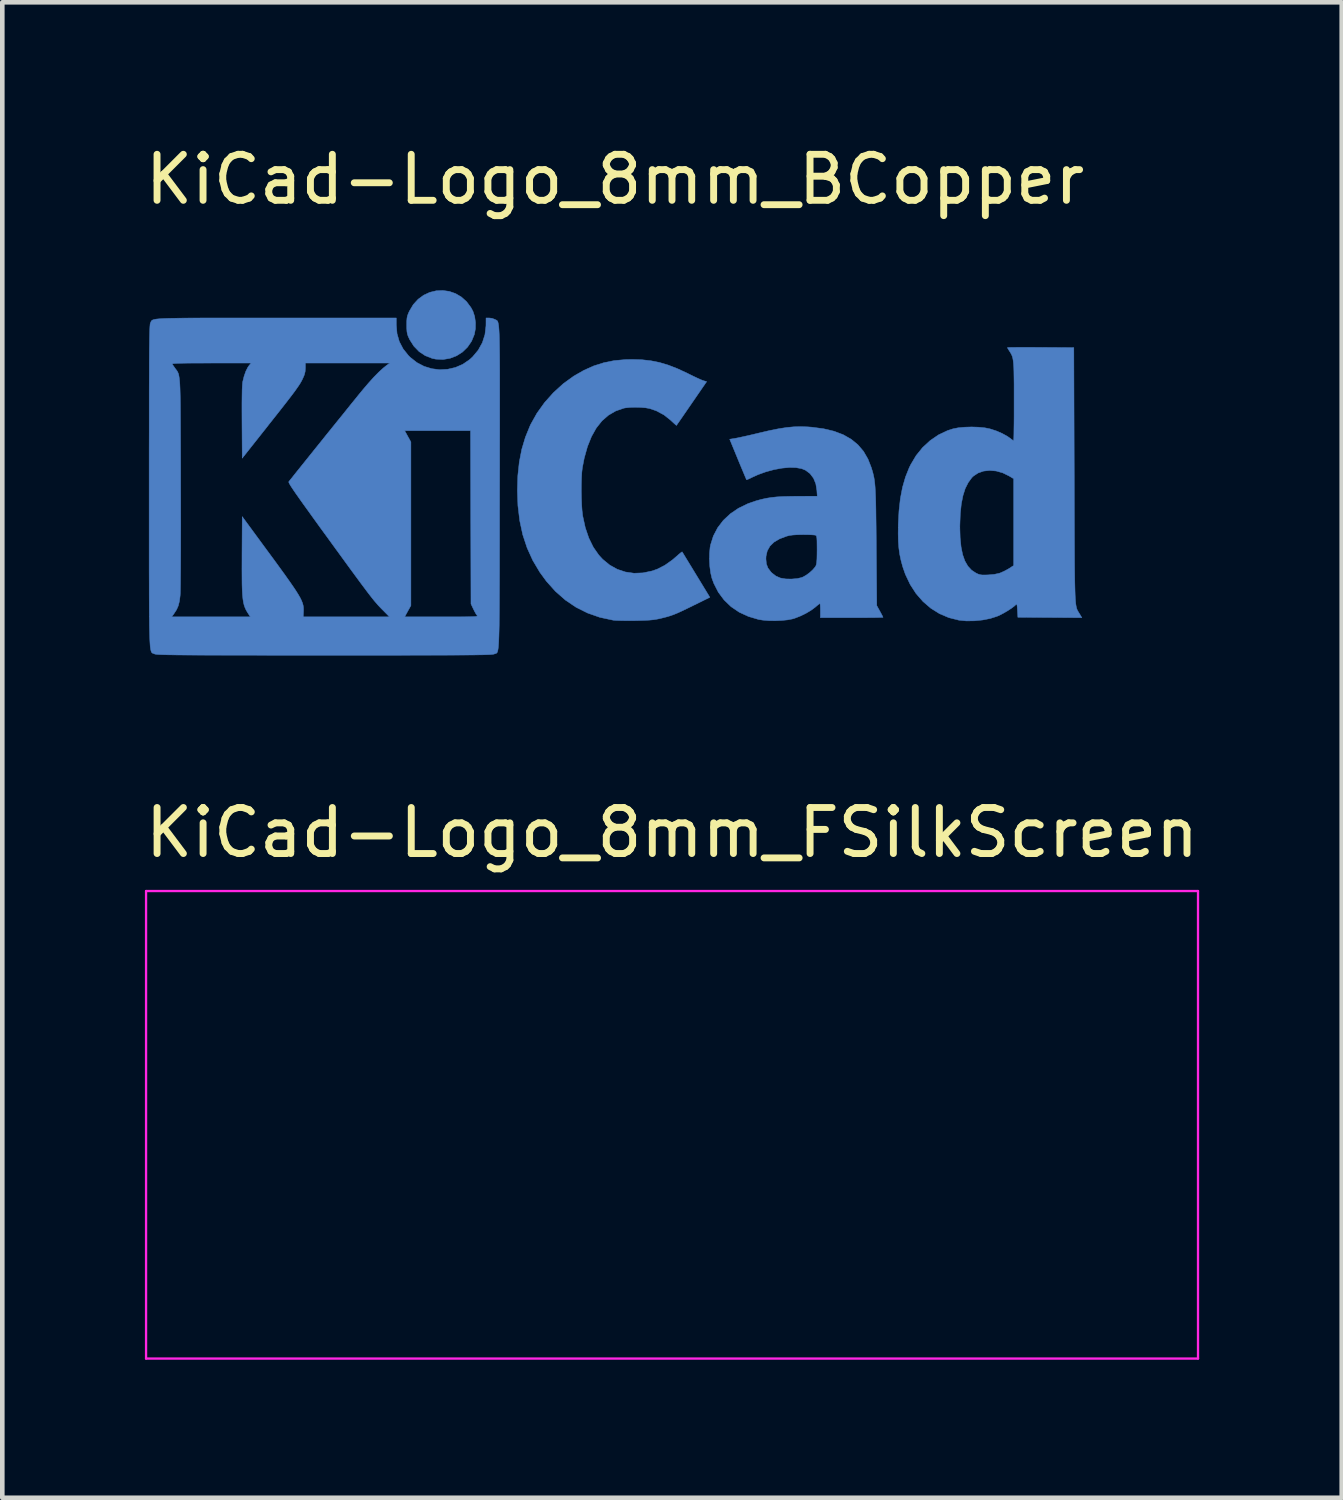
<source format=kicad_pcb>
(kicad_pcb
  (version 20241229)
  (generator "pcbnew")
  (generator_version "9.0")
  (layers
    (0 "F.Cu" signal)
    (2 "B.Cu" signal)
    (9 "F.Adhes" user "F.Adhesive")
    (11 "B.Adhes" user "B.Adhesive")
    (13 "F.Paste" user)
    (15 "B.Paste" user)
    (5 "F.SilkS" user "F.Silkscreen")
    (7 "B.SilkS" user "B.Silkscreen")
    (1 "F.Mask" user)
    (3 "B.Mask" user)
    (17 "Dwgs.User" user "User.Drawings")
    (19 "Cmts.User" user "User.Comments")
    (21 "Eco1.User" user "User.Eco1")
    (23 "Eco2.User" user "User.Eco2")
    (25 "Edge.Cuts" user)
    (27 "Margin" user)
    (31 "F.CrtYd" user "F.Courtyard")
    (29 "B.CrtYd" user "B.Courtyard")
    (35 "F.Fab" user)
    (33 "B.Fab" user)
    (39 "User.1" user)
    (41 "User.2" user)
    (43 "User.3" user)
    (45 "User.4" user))
  (footprint "KiCad-Logo_8mm_BCopper"
    (layer "F.Cu")
    (at 10.315 7.198)
    (property "Reference" "KiCad-Logo_8mm_BCopper" (at 0 -6.35 0) (layer "F.SilkS") (effects (font (size 1 1) (thickness 0.15))))
    (attr exclude_from_pos_files exclude_from_bom)
    (fp_poly (pts (xy -3.602 -3.916) (xy -3.466 -3.869) (xy -3.339 -3.794) (xy -3.226 -3.693) (xy -3.13 -3.564) (xy -3.087 -3.483) (xy -3.05 -3.37) (xy -3.032 -3.239) (xy -3.034 -3.105) (xy -3.056 -2.983) (xy -3.117 -2.834) (xy -3.205 -2.705) (xy -3.315 -2.598) (xy -3.444 -2.516) (xy -3.587 -2.461) (xy -3.739 -2.436) (xy -3.896 -2.444) (xy -3.973 -2.46) (xy -4.124 -2.519) (xy -4.258 -2.608) (xy -4.372 -2.726) (xy -4.463 -2.869) (xy -4.47 -2.885) (xy -4.497 -2.943) (xy -4.513 -2.993) (xy -4.522 -3.045) (xy -4.526 -3.111) (xy -4.527 -3.184) (xy -4.526 -3.271) (xy -4.521 -3.334) (xy -4.511 -3.385) (xy -4.492 -3.436) (xy -4.469 -3.487) (xy -4.384 -3.63) (xy -4.279 -3.745) (xy -4.158 -3.834) (xy -4.026 -3.895) (xy -3.886 -3.929) (xy -3.744 -3.936) (xy -3.602 -3.916)) (stroke (width 0.01) (type solid)) (fill yes) (layer "B.Cu"))
    (fp_poly (pts (xy 0.581 -2.431) (xy 0.777 -2.409) (xy 0.967 -2.371) (xy 1.158 -2.314) (xy 1.358 -2.236) (xy 1.576 -2.135) (xy 1.615 -2.115) (xy 1.705 -2.071) (xy 1.79 -2.031) (xy 1.861 -1.999) (xy 1.91 -1.979) (xy 1.918 -1.977) (xy 1.991 -1.955) (xy 1.665 -1.481) (xy 1.585 -1.365) (xy 1.512 -1.259) (xy 1.449 -1.167) (xy 1.397 -1.092) (xy 1.359 -1.038) (xy 1.339 -1.008) (xy 1.335 -1.003) (xy 1.322 -1.013) (xy 1.288 -1.043) (xy 1.24 -1.087) (xy 1.214 -1.112) (xy 1.065 -1.231) (xy 0.897 -1.321) (xy 0.753 -1.37) (xy 0.666 -1.386) (xy 0.558 -1.395) (xy 0.44 -1.398) (xy 0.326 -1.395) (xy 0.229 -1.385) (xy 0.19 -1.378) (xy 0.015 -1.317) (xy -0.143 -1.225) (xy -0.284 -1.102) (xy -0.407 -0.947) (xy -0.512 -0.76) (xy -0.599 -0.543) (xy -0.669 -0.294) (xy -0.71 -0.082) (xy -0.721 0.012) (xy -0.728 0.134) (xy -0.732 0.273) (xy -0.733 0.423) (xy -0.73 0.575) (xy -0.725 0.718) (xy -0.716 0.846) (xy -0.704 0.949) (xy -0.702 0.964) (xy -0.646 1.22) (xy -0.569 1.445) (xy -0.472 1.643) (xy -0.353 1.813) (xy -0.269 1.905) (xy -0.117 2.03) (xy 0.049 2.123) (xy 0.227 2.182) (xy 0.414 2.209) (xy 0.607 2.201) (xy 0.803 2.16) (xy 0.92 2.119) (xy 1.08 2.037) (xy 1.246 1.92) (xy 1.339 1.84) (xy 1.391 1.794) (xy 1.432 1.761) (xy 1.455 1.745) (xy 1.458 1.744) (xy 1.469 1.761) (xy 1.496 1.804) (xy 1.537 1.872) (xy 1.59 1.959) (xy 1.653 2.062) (xy 1.723 2.177) (xy 1.762 2.241) (xy 2.061 2.732) (xy 1.688 2.916) (xy 1.553 2.982) (xy 1.444 3.034) (xy 1.354 3.075) (xy 1.276 3.107) (xy 1.203 3.133) (xy 1.13 3.155) (xy 1.049 3.176) (xy 0.971 3.195) (xy 0.901 3.209) (xy 0.829 3.22) (xy 0.746 3.228) (xy 0.645 3.233) (xy 0.52 3.237) (xy 0.435 3.239) (xy 0.315 3.24) (xy 0.199 3.239) (xy 0.096 3.237) (xy 0.013 3.234) (xy -0.042 3.229) (xy -0.045 3.228) (xy -0.33 3.167) (xy -0.598 3.073) (xy -0.848 2.948) (xy -1.08 2.791) (xy -1.295 2.602) (xy -1.492 2.382) (xy -1.635 2.186) (xy -1.787 1.93) (xy -1.91 1.659) (xy -2.005 1.372) (xy -2.071 1.066) (xy -2.11 0.74) (xy -2.122 0.408) (xy -2.112 0.087) (xy -2.08 -0.209) (xy -2.026 -0.486) (xy -1.948 -0.747) (xy -1.845 -0.999) (xy -1.833 -1.025) (xy -1.697 -1.268) (xy -1.531 -1.5) (xy -1.338 -1.716) (xy -1.125 -1.91) (xy -0.894 -2.077) (xy -0.679 -2.2) (xy -0.462 -2.297) (xy -0.244 -2.366) (xy -0.018 -2.412) (xy 0.226 -2.434) (xy 0.372 -2.437) (xy 0.581 -2.431)) (stroke (width 0.01) (type solid)) (fill yes) (layer "B.Cu"))
    (fp_poly (pts (xy 9.042 -2.7) (xy 9.196 -2.699) (xy 9.248 -2.699) (xy 9.97 -2.694) (xy 9.979 0.073) (xy 9.98 0.448) (xy 9.981 0.788) (xy 9.982 1.096) (xy 9.983 1.373) (xy 9.984 1.621) (xy 9.985 1.841) (xy 9.986 2.036) (xy 9.988 2.206) (xy 9.99 2.354) (xy 9.993 2.482) (xy 9.996 2.592) (xy 9.999 2.684) (xy 10.003 2.761) (xy 10.008 2.825) (xy 10.013 2.877) (xy 10.02 2.92) (xy 10.027 2.954) (xy 10.035 2.982) (xy 10.044 3.005) (xy 10.055 3.026) (xy 10.066 3.045) (xy 10.079 3.066) (xy 10.093 3.089) (xy 10.096 3.093) (xy 10.144 3.175) (xy 8.754 3.166) (xy 8.745 3.013) (xy 8.74 2.94) (xy 8.735 2.898) (xy 8.728 2.881) (xy 8.717 2.884) (xy 8.709 2.894) (xy 8.67 2.929) (xy 8.608 2.975) (xy 8.531 3.025) (xy 8.447 3.074) (xy 8.365 3.117) (xy 8.302 3.145) (xy 8.155 3.192) (xy 7.986 3.225) (xy 7.808 3.243) (xy 7.633 3.245) (xy 7.474 3.229) (xy 7.472 3.229) (xy 7.254 3.174) (xy 7.05 3.087) (xy 6.863 2.97) (xy 6.693 2.824) (xy 6.542 2.651) (xy 6.414 2.453) (xy 6.309 2.232) (xy 6.252 2.068) (xy 6.215 1.931) (xy 6.187 1.799) (xy 6.168 1.663) (xy 6.157 1.514) (xy 6.153 1.347) (xy 6.155 1.209) (xy 7.493 1.209) (xy 7.5 1.439) (xy 7.52 1.637) (xy 7.554 1.805) (xy 7.603 1.943) (xy 7.668 2.055) (xy 7.748 2.142) (xy 7.842 2.204) (xy 7.89 2.227) (xy 7.932 2.24) (xy 7.979 2.247) (xy 8.042 2.247) (xy 8.11 2.245) (xy 8.243 2.233) (xy 8.349 2.21) (xy 8.382 2.198) (xy 8.458 2.164) (xy 8.538 2.121) (xy 8.572 2.1) (xy 8.663 2.041) (xy 8.663 0.155) (xy 8.563 0.095) (xy 8.424 0.027) (xy 8.282 -0.013) (xy 8.142 -0.025) (xy 8.009 -0.011) (xy 7.889 0.031) (xy 7.787 0.099) (xy 7.754 0.131) (xy 7.675 0.239) (xy 7.61 0.368) (xy 7.561 0.523) (xy 7.525 0.704) (xy 7.503 0.915) (xy 7.494 1.157) (xy 7.493 1.209) (xy 6.155 1.209) (xy 6.155 1.152) (xy 6.171 0.854) (xy 6.201 0.584) (xy 6.248 0.34) (xy 6.312 0.118) (xy 6.394 -0.087) (xy 6.424 -0.148) (xy 6.542 -0.347) (xy 6.684 -0.523) (xy 6.848 -0.674) (xy 7.029 -0.798) (xy 7.225 -0.891) (xy 7.343 -0.929) (xy 7.458 -0.952) (xy 7.597 -0.965) (xy 7.748 -0.97) (xy 7.898 -0.965) (xy 8.038 -0.951) (xy 8.15 -0.928) (xy 8.283 -0.885) (xy 8.412 -0.829) (xy 8.525 -0.767) (xy 8.585 -0.725) (xy 8.627 -0.693) (xy 8.656 -0.674) (xy 8.662 -0.671) (xy 8.664 -0.689) (xy 8.666 -0.739) (xy 8.668 -0.819) (xy 8.669 -0.924) (xy 8.671 -1.051) (xy 8.672 -1.197) (xy 8.672 -1.357) (xy 8.672 -1.521) (xy 8.672 -1.731) (xy 8.672 -1.908) (xy 8.67 -2.055) (xy 8.668 -2.176) (xy 8.665 -2.274) (xy 8.659 -2.353) (xy 8.652 -2.416) (xy 8.643 -2.467) (xy 8.631 -2.508) (xy 8.616 -2.543) (xy 8.598 -2.576) (xy 8.577 -2.61) (xy 8.574 -2.614) (xy 8.546 -2.658) (xy 8.529 -2.688) (xy 8.527 -2.694) (xy 8.545 -2.696) (xy 8.595 -2.698) (xy 8.673 -2.699) (xy 8.776 -2.7) (xy 8.9 -2.7) (xy 9.042 -2.7)) (stroke (width 0.01) (type solid)) (fill yes) (layer "B.Cu"))
    (fp_poly (pts (xy 4.186 -0.972) (xy 4.276 -0.965) (xy 4.533 -0.931) (xy 4.76 -0.877) (xy 4.96 -0.801) (xy 5.132 -0.703) (xy 5.278 -0.583) (xy 5.4 -0.44) (xy 5.497 -0.272) (xy 5.568 -0.091) (xy 5.586 -0.033) (xy 5.602 0.021) (xy 5.615 0.075) (xy 5.627 0.13) (xy 5.637 0.191) (xy 5.645 0.26) (xy 5.652 0.339) (xy 5.657 0.433) (xy 5.662 0.543) (xy 5.666 0.672) (xy 5.669 0.825) (xy 5.671 1.003) (xy 5.674 1.209) (xy 5.676 1.447) (xy 5.677 1.633) (xy 5.688 2.912) (xy 5.756 3.035) (xy 5.788 3.094) (xy 5.812 3.14) (xy 5.823 3.165) (xy 5.824 3.167) (xy 5.806 3.168) (xy 5.757 3.17) (xy 5.678 3.172) (xy 5.576 3.173) (xy 5.453 3.174) (xy 5.314 3.175) (xy 5.162 3.175) (xy 5.144 3.175) (xy 4.463 3.175) (xy 4.463 3.021) (xy 4.462 2.951) (xy 4.459 2.898) (xy 4.454 2.869) (xy 4.452 2.867) (xy 4.434 2.878) (xy 4.397 2.907) (xy 4.349 2.948) (xy 4.348 2.949) (xy 4.26 3.014) (xy 4.149 3.08) (xy 4.028 3.139) (xy 3.908 3.186) (xy 3.855 3.202) (xy 3.751 3.222) (xy 3.622 3.235) (xy 3.481 3.241) (xy 3.34 3.239) (xy 3.211 3.228) (xy 3.121 3.214) (xy 2.899 3.148) (xy 2.699 3.056) (xy 2.522 2.936) (xy 2.371 2.791) (xy 2.245 2.622) (xy 2.147 2.43) (xy 2.104 2.313) (xy 2.078 2.2) (xy 2.06 2.064) (xy 2.052 1.917) (xy 2.052 1.896) (xy 3.279 1.896) (xy 3.289 2.005) (xy 3.323 2.095) (xy 3.386 2.179) (xy 3.41 2.204) (xy 3.496 2.27) (xy 3.594 2.313) (xy 3.713 2.333) (xy 3.837 2.335) (xy 3.956 2.325) (xy 4.046 2.305) (xy 4.086 2.29) (xy 4.156 2.25) (xy 4.232 2.194) (xy 4.3 2.131) (xy 4.351 2.07) (xy 4.365 2.047) (xy 4.375 2.016) (xy 4.383 1.967) (xy 4.388 1.894) (xy 4.39 1.793) (xy 4.391 1.697) (xy 4.39 1.585) (xy 4.389 1.504) (xy 4.386 1.449) (xy 4.381 1.414) (xy 4.373 1.394) (xy 4.362 1.384) (xy 4.359 1.383) (xy 4.33 1.378) (xy 4.272 1.374) (xy 4.193 1.371) (xy 4.102 1.37) (xy 4.082 1.37) (xy 3.96 1.372) (xy 3.866 1.378) (xy 3.791 1.388) (xy 3.729 1.404) (xy 3.575 1.462) (xy 3.455 1.533) (xy 3.367 1.619) (xy 3.309 1.721) (xy 3.282 1.839) (xy 3.279 1.896) (xy 2.052 1.896) (xy 2.054 1.774) (xy 2.066 1.645) (xy 2.076 1.592) (xy 2.137 1.399) (xy 2.23 1.221) (xy 2.353 1.06) (xy 2.504 0.918) (xy 2.682 0.797) (xy 2.885 0.698) (xy 3.057 0.638) (xy 3.172 0.606) (xy 3.282 0.581) (xy 3.395 0.563) (xy 3.516 0.55) (xy 3.654 0.542) (xy 3.816 0.538) (xy 3.962 0.536) (xy 4.395 0.535) (xy 4.386 0.405) (xy 4.363 0.264) (xy 4.313 0.143) (xy 4.238 0.044) (xy 4.141 -0.029) (xy 4.056 -0.064) (xy 3.934 -0.086) (xy 3.789 -0.09) (xy 3.627 -0.075) (xy 3.455 -0.043) (xy 3.281 0.004) (xy 3.111 0.065) (xy 2.987 0.121) (xy 2.928 0.15) (xy 2.882 0.17) (xy 2.859 0.178) (xy 2.858 0.178) (xy 2.85 0.16) (xy 2.83 0.114) (xy 2.8 0.042) (xy 2.762 -0.049) (xy 2.717 -0.156) (xy 2.672 -0.265) (xy 2.492 -0.703) (xy 2.62 -0.724) (xy 2.676 -0.735) (xy 2.76 -0.753) (xy 2.864 -0.776) (xy 2.982 -0.803) (xy 3.107 -0.833) (xy 3.157 -0.845) (xy 3.372 -0.895) (xy 3.56 -0.932) (xy 3.728 -0.958) (xy 3.884 -0.973) (xy 4.034 -0.977) (xy 4.186 -0.972)) (stroke (width 0.01) (type solid)) (fill yes) (layer "B.Cu"))
    (fp_poly (pts (xy -7.87 -3.338) (xy -7.521 -3.338) (xy -7.358 -3.338) (xy -4.753 -3.338) (xy -4.753 -3.185) (xy -4.737 -2.998) (xy -4.688 -2.826) (xy -4.605 -2.667) (xy -4.488 -2.52) (xy -4.448 -2.481) (xy -4.306 -2.369) (xy -4.149 -2.287) (xy -3.982 -2.236) (xy -3.81 -2.214) (xy -3.637 -2.224) (xy -3.468 -2.263) (xy -3.308 -2.332) (xy -3.162 -2.432) (xy -3.096 -2.492) (xy -2.973 -2.639) (xy -2.883 -2.801) (xy -2.827 -2.976) (xy -2.805 -3.161) (xy -2.804 -3.18) (xy -2.803 -3.338) (xy -2.733 -3.338) (xy -2.671 -3.33) (xy -2.615 -3.309) (xy -2.611 -3.307) (xy -2.598 -3.301) (xy -2.587 -3.296) (xy -2.576 -3.29) (xy -2.566 -3.284) (xy -2.557 -3.274) (xy -2.549 -3.26) (xy -2.542 -3.239) (xy -2.536 -3.211) (xy -2.53 -3.174) (xy -2.525 -3.127) (xy -2.521 -3.067) (xy -2.517 -2.994) (xy -2.514 -2.906) (xy -2.512 -2.801) (xy -2.51 -2.678) (xy -2.508 -2.535) (xy -2.507 -2.372) (xy -2.506 -2.186) (xy -2.506 -1.976) (xy -2.506 -1.74) (xy -2.506 -1.477) (xy -2.506 -1.185) (xy -2.506 -0.864) (xy -2.507 -0.511) (xy -2.507 -0.124) (xy -2.508 0.297) (xy -2.508 0.348) (xy -2.509 0.771) (xy -2.509 1.16) (xy -2.509 1.516) (xy -2.51 1.839) (xy -2.51 2.133) (xy -2.511 2.398) (xy -2.512 2.635) (xy -2.513 2.847) (xy -2.514 3.034) (xy -2.516 3.199) (xy -2.517 3.342) (xy -2.52 3.466) (xy -2.523 3.571) (xy -2.526 3.66) (xy -2.53 3.733) (xy -2.534 3.793) (xy -2.539 3.84) (xy -2.545 3.877) (xy -2.551 3.904) (xy -2.558 3.924) (xy -2.566 3.937) (xy -2.575 3.946) (xy -2.585 3.951) (xy -2.596 3.955) (xy -2.608 3.958) (xy -2.621 3.963) (xy -2.624 3.964) (xy -2.634 3.967) (xy -2.651 3.97) (xy -2.676 3.973) (xy -2.71 3.976) (xy -2.756 3.978) (xy -2.814 3.98) (xy -2.886 3.982) (xy -2.973 3.983) (xy -3.078 3.985) (xy -3.201 3.986) (xy -3.343 3.987) (xy -3.507 3.988) (xy -3.694 3.989) (xy -3.905 3.989) (xy -4.141 3.99) (xy -4.405 3.99) (xy -4.697 3.991) (xy -5.019 3.991) (xy -5.373 3.991) (xy -5.759 3.991) (xy -6.18 3.991) (xy -6.316 3.991) (xy -6.747 3.991) (xy -7.142 3.991) (xy -7.504 3.991) (xy -7.835 3.99) (xy -8.134 3.99) (xy -8.405 3.99) (xy -8.649 3.989) (xy -8.866 3.989) (xy -9.059 3.988) (xy -9.229 3.987) (xy -9.378 3.986) (xy -9.506 3.985) (xy -9.616 3.983) (xy -9.709 3.982) (xy -9.786 3.98) (xy -9.848 3.978) (xy -9.899 3.976) (xy -9.937 3.974) (xy -9.967 3.971) (xy -9.987 3.968) (xy -10.001 3.965) (xy -10.009 3.962) (xy -10.023 3.956) (xy -10.035 3.952) (xy -10.046 3.948) (xy -10.057 3.942) (xy -10.066 3.934) (xy -10.075 3.92) (xy -10.082 3.901) (xy -10.089 3.874) (xy -10.095 3.839) (xy -10.101 3.793) (xy -10.105 3.734) (xy -10.109 3.663) (xy -10.112 3.576) (xy -10.115 3.473) (xy -10.118 3.352) (xy -10.119 3.211) (xy -10.12 3.157) (xy -9.636 3.157) (xy -7.924 3.157) (xy -7.957 3.107) (xy -7.99 3.056) (xy -8.018 3.007) (xy -8.041 2.957) (xy -8.06 2.903) (xy -8.075 2.841) (xy -8.086 2.768) (xy -8.095 2.68) (xy -8.101 2.574) (xy -8.105 2.447) (xy -8.106 2.294) (xy -8.107 2.114) (xy -8.106 1.902) (xy -8.106 1.823) (xy -8.101 0.978) (xy -7.566 1.707) (xy -7.414 1.913) (xy -7.283 2.093) (xy -7.17 2.249) (xy -7.075 2.383) (xy -6.996 2.497) (xy -6.931 2.594) (xy -6.88 2.676) (xy -6.84 2.746) (xy -6.811 2.806) (xy -6.791 2.858) (xy -6.778 2.905) (xy -6.771 2.949) (xy -6.769 2.992) (xy -6.77 3.038) (xy -6.77 3.043) (xy -6.776 3.157) (xy -4.901 3.157) (xy -5.04 3.016) (xy -5.078 2.978) (xy -5.114 2.94) (xy -5.15 2.902) (xy -5.186 2.86) (xy -5.226 2.814) (xy -5.27 2.76) (xy -5.32 2.696) (xy -5.377 2.622) (xy -5.443 2.534) (xy -5.521 2.43) (xy -5.61 2.309) (xy -5.713 2.169) (xy -5.832 2.006) (xy -5.967 1.82) (xy -6.121 1.609) (xy -6.247 1.435) (xy -6.406 1.217) (xy -6.544 1.026) (xy -6.663 0.86) (xy -6.765 0.719) (xy -6.85 0.599) (xy -6.92 0.5) (xy -6.976 0.419) (xy -7.019 0.355) (xy -7.051 0.305) (xy -7.072 0.269) (xy -7.085 0.243) (xy -7.09 0.227) (xy -7.088 0.218) (xy -7.071 0.196) (xy -7.032 0.148) (xy -6.976 0.077) (xy -6.904 -0.013) (xy -6.818 -0.12) (xy -6.721 -0.241) (xy -6.615 -0.373) (xy -6.502 -0.514) (xy -6.385 -0.659) (xy -6.266 -0.808) (xy -6.2 -0.889) (xy -4.571 -0.889) (xy -4.504 -0.767) (xy -4.436 -0.644) (xy -4.436 2.912) (xy -4.504 3.034) (xy -4.571 3.157) (xy -3.771 3.157) (xy -3.579 3.157) (xy -3.422 3.157) (xy -3.294 3.156) (xy -3.193 3.155) (xy -3.117 3.153) (xy -3.062 3.151) (xy -3.025 3.148) (xy -3.004 3.144) (xy -2.994 3.139) (xy -2.993 3.132) (xy -2.999 3.125) (xy -2.999 3.125) (xy -3.022 3.092) (xy -3.052 3.038) (xy -3.079 2.984) (xy -3.13 2.876) (xy -3.135 0.993) (xy -3.14 -0.889) (xy -4.571 -0.889) (xy -6.2 -0.889) (xy -6.147 -0.955) (xy -6.03 -1.1) (xy -5.918 -1.238) (xy -5.814 -1.368) (xy -5.719 -1.486) (xy -5.635 -1.589) (xy -5.566 -1.675) (xy -5.512 -1.74) (xy -5.481 -1.778) (xy -5.36 -1.92) (xy -5.244 -2.049) (xy -5.136 -2.159) (xy -5.04 -2.247) (xy -4.973 -2.301) (xy -4.893 -2.359) (xy -6.729 -2.359) (xy -6.729 -2.251) (xy -6.734 -2.172) (xy -6.753 -2.098) (xy -6.783 -2.029) (xy -6.802 -1.989) (xy -6.823 -1.95) (xy -6.847 -1.909) (xy -6.877 -1.863) (xy -6.914 -1.81) (xy -6.959 -1.746) (xy -7.016 -1.67) (xy -7.086 -1.579) (xy -7.17 -1.47) (xy -7.271 -1.341) (xy -7.391 -1.189) (xy -7.532 -1.011) (xy -7.547 -0.991) (xy -8.101 -0.291) (xy -8.106 -1.066) (xy -8.107 -1.299) (xy -8.107 -1.495) (xy -8.105 -1.657) (xy -8.103 -1.784) (xy -8.098 -1.878) (xy -8.093 -1.938) (xy -8.091 -1.95) (xy -8.061 -2.071) (xy -8.023 -2.18) (xy -7.979 -2.267) (xy -7.953 -2.304) (xy -7.907 -2.359) (xy -8.772 -2.359) (xy -8.978 -2.358) (xy -9.15 -2.358) (xy -9.291 -2.357) (xy -9.404 -2.355) (xy -9.49 -2.353) (xy -9.553 -2.35) (xy -9.594 -2.347) (xy -9.616 -2.342) (xy -9.623 -2.337) (xy -9.622 -2.336) (xy -9.604 -2.308) (xy -9.573 -2.264) (xy -9.558 -2.242) (xy -9.541 -2.22) (xy -9.526 -2.2) (xy -9.513 -2.181) (xy -9.502 -2.16) (xy -9.491 -2.135) (xy -9.482 -2.106) (xy -9.475 -2.068) (xy -9.468 -2.022) (xy -9.462 -1.964) (xy -9.457 -1.893) (xy -9.453 -1.806) (xy -9.45 -1.703) (xy -9.447 -1.58) (xy -9.445 -1.436) (xy -9.444 -1.27) (xy -9.443 -1.078) (xy -9.442 -0.86) (xy -9.441 -0.613) (xy -9.44 -0.335) (xy -9.439 -0.024) (xy -9.439 0.261) (xy -9.438 0.579) (xy -9.438 0.883) (xy -9.437 1.17) (xy -9.438 1.439) (xy -9.438 1.687) (xy -9.439 1.913) (xy -9.44 2.114) (xy -9.442 2.289) (xy -9.443 2.436) (xy -9.445 2.553) (xy -9.447 2.638) (xy -9.45 2.689) (xy -9.45 2.694) (xy -9.466 2.818) (xy -9.491 2.917) (xy -9.529 3.003) (xy -9.585 3.089) (xy -9.591 3.098) (xy -9.636 3.157) (xy -10.12 3.157) (xy -10.121 3.049) (xy -10.122 2.865) (xy -10.123 2.657) (xy -10.123 2.423) (xy -10.124 2.162) (xy -10.124 1.873) (xy -10.124 1.554) (xy -10.124 1.203) (xy -10.124 0.82) (xy -10.124 0.401) (xy -10.124 0.318) (xy -10.124 -0.104) (xy -10.124 -0.492) (xy -10.123 -0.847) (xy -10.123 -1.169) (xy -10.123 -1.462) (xy -10.123 -1.725) (xy -10.122 -1.961) (xy -10.121 -2.172) (xy -10.121 -2.357) (xy -10.12 -2.521) (xy -10.119 -2.662) (xy -10.117 -2.784) (xy -10.116 -2.887) (xy -10.114 -2.974) (xy -10.112 -3.045) (xy -10.11 -3.102) (xy -10.108 -3.146) (xy -10.105 -3.18) (xy -10.103 -3.204) (xy -10.1 -3.22) (xy -10.096 -3.23) (xy -10.096 -3.23) (xy -10.089 -3.245) (xy -10.084 -3.258) (xy -10.077 -3.27) (xy -10.069 -3.281) (xy -10.056 -3.29) (xy -10.037 -3.299) (xy -10.011 -3.306) (xy -9.976 -3.313) (xy -9.929 -3.318) (xy -9.87 -3.323) (xy -9.796 -3.327) (xy -9.705 -3.33) (xy -9.597 -3.332) (xy -9.469 -3.334) (xy -9.319 -3.336) (xy -9.146 -3.337) (xy -8.948 -3.338) (xy -8.723 -3.338) (xy -8.47 -3.338) (xy -8.186 -3.338) (xy -7.87 -3.338)) (stroke (width 0.01) (type solid)) (fill yes) (layer "B.Cu")))
  (footprint "KiCad-Logo_8mm_FSilkScreen"
    (layer "F.Cu")
    (at 11.554 21.393)
    (property "Reference" "KiCad-Logo_8mm_FSilkScreen" (at 0 -6.35 0) (layer "F.SilkS") (effects (font (size 1 1) (thickness 0.15))))
    (attr exclude_from_pos_files exclude_from_bom)
    (fp_line (start -11.43 -5.08) (end 11.43 -5.08) (stroke (width 0.05) (type solid)) (layer "F.CrtYd"))
    (fp_line (start -11.43 5.08) (end -11.43 -5.08) (stroke (width 0.05) (type solid)) (layer "F.CrtYd"))
    (fp_line (start 11.43 -5.08) (end 11.43 5.08) (stroke (width 0.05) (type solid)) (layer "F.CrtYd"))
    (fp_line (start 11.43 5.08) (end -11.43 5.08) (stroke (width 0.05) (type solid)) (layer "F.CrtYd")))
  (gr_rect
    (start -3 -3)
    (end 26.107 29.498)
    (stroke (width 0.1) (type default))
    (fill no)
    (layer "Edge.Cuts")))
</source>
